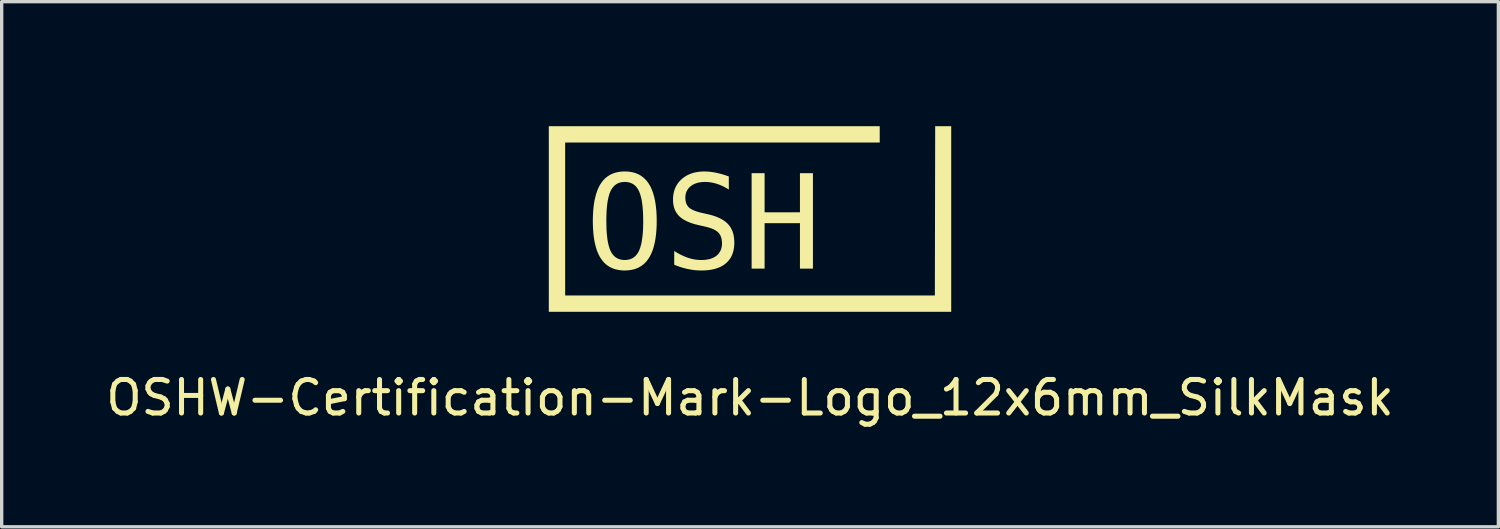
<source format=kicad_pcb>
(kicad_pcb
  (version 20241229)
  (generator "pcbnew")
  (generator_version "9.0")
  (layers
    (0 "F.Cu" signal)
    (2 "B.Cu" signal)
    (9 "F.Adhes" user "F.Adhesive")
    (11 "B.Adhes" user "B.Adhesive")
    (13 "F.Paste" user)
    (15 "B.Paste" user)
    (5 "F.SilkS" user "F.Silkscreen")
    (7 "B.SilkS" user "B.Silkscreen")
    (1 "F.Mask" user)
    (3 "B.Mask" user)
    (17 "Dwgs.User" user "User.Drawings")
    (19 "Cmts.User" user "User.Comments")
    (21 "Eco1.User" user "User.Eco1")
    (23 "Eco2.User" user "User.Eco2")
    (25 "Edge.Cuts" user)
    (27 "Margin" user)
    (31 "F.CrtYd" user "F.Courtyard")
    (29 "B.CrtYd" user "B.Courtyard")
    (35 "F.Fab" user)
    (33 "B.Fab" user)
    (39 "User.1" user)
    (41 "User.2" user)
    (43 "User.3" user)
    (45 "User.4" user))
  (footprint "OSHW-Certification-Mark-Logo_12x6mm_SilkMask"
    (layer "F.Cu")
    (at 19.315 3.111)
    (property "Reference" "OSHW-Certification-Mark-Logo_12x6mm_SilkMask" (at 0 5.7 0) (unlocked yes) (layer "F.SilkS") (effects (font (size 1 1) (thickness 0.15))))
    (attr board_only exclude_from_pos_files exclude_from_bom allow_missing_courtyard)
    (fp_poly (pts (xy 4.061 1.849) (xy 3.696 1.849) (xy 3.31 0.158) (xy 2.925 1.849) (xy 2.56 1.849) (xy 2.135 -0.997) (xy 2.511 -0.997) (xy 2.783 1.313) (xy 3.108 -0.215) (xy 3.51 -0.215) (xy 3.838 1.317) (xy 4.761 -3.111) (xy 5.136 -3.111)) (stroke (width 0) (type solid)) (fill yes) (layer "F.Mask"))
    (fp_poly (pts (xy -2.783 0.429) (xy -2.783 0.429) (xy -2.783 0.429)) (stroke (width 0) (type solid)) (fill yes) (layer "F.SilkS"))
    (fp_poly (pts (xy 6 3.137) (xy -6 3.137) (xy -6 -2.398) (xy -6 -2.398) (xy 3.868 -2.398) (xy 3.868 -1.91) (xy -5.512 -1.91) (xy -5.512 2.649) (xy 5.512 2.649) (xy 5.522 -2.398) (xy 6 -2.398)) (stroke (width 0) (type solid)) (fill yes) (layer "F.SilkS"))
    (fp_poly (pts (xy 0.435 0.17) (xy 1.489 0.17) (xy 1.489 -0.997) (xy 1.876 -0.997) (xy 1.876 1.849) (xy 1.489 1.849) (xy 1.489 0.494) (xy 0.435 0.494) (xy 0.435 1.849) (xy 0.048 1.849) (xy 0.048 -0.997) (xy 0.435 -0.997)) (stroke (width 0) (type solid)) (fill yes) (layer "F.SilkS"))
    (fp_poly (pts (xy -3.676 -1.047) (xy -3.619 -1.042) (xy -3.563 -1.035) (xy -3.51 -1.025) (xy -3.458 -1.012) (xy -3.409 -0.997) (xy -3.361 -0.978) (xy -3.315 -0.957) (xy -3.271 -0.932) (xy -3.23 -0.905) (xy -3.19 -0.875) (xy -3.152 -0.842) (xy -3.116 -0.807) (xy -3.081 -0.768) (xy -3.049 -0.727) (xy -3.019 -0.682) (xy -2.99 -0.635) (xy -2.963 -0.585) (xy -2.939 -0.532) (xy -2.915 -0.476) (xy -2.894 -0.416) (xy -2.875 -0.354) (xy -2.857 -0.289) (xy -2.842 -0.221) (xy -2.828 -0.151) (xy -2.816 -0.077) (xy -2.806 0.0002) (xy -2.797 0.08) (xy -2.791 0.163) (xy -2.786 0.249) (xy -2.783 0.337) (xy -2.783 0.429) (xy -2.783 0.52) (xy -2.786 0.609) (xy -2.791 0.694) (xy -2.797 0.777) (xy -2.806 0.857) (xy -2.816 0.933) (xy -2.828 1.007) (xy -2.842 1.078) (xy -2.857 1.146) (xy -2.875 1.211) (xy -2.894 1.273) (xy -2.915 1.332) (xy -2.939 1.388) (xy -2.963 1.441) (xy -2.99 1.491) (xy -3.019 1.538) (xy -3.034 1.561) (xy -3.049 1.583) (xy -3.065 1.604) (xy -3.081 1.624) (xy -3.098 1.644) (xy -3.116 1.663) (xy -3.133 1.681) (xy -3.152 1.698) (xy -3.17 1.715) (xy -3.19 1.731) (xy -3.209 1.747) (xy -3.23 1.761) (xy -3.25 1.775) (xy -3.271 1.788) (xy -3.293 1.801) (xy -3.315 1.813) (xy -3.338 1.824) (xy -3.361 1.834) (xy -3.385 1.844) (xy -3.409 1.853) (xy -3.433 1.861) (xy -3.458 1.868) (xy -3.484 1.875) (xy -3.51 1.881) (xy -3.536 1.887) (xy -3.563 1.891) (xy -3.619 1.898) (xy -3.676 1.903) (xy -3.736 1.904) (xy -3.795 1.903) (xy -3.852 1.899) (xy -3.908 1.891) (xy -3.961 1.881) (xy -4.013 1.869) (xy -4.062 1.853) (xy -4.11 1.835) (xy -4.156 1.813) (xy -4.2 1.789) (xy -4.242 1.762) (xy -4.282 1.732) (xy -4.32 1.699) (xy -4.356 1.664) (xy -4.39 1.625) (xy -4.422 1.584) (xy -4.452 1.54) (xy -4.481 1.493) (xy -4.507 1.443) (xy -4.532 1.39) (xy -4.555 1.334) (xy -4.576 1.275) (xy -4.595 1.213) (xy -4.612 1.148) (xy -4.628 1.08) (xy -4.642 1.009) (xy -4.654 0.935) (xy -4.664 0.858) (xy -4.672 0.779) (xy -4.678 0.696) (xy -4.683 0.61) (xy -4.686 0.521) (xy -4.687 0.429) (xy -4.284 0.429) (xy -4.282 0.58) (xy -4.277 0.719) (xy -4.267 0.848) (xy -4.253 0.965) (xy -4.244 1.019) (xy -4.235 1.071) (xy -4.224 1.12) (xy -4.213 1.166) (xy -4.2 1.21) (xy -4.187 1.25) (xy -4.172 1.288) (xy -4.157 1.323) (xy -4.14 1.355) (xy -4.131 1.371) (xy -4.122 1.386) (xy -4.112 1.4) (xy -4.102 1.414) (xy -4.092 1.428) (xy -4.082 1.44) (xy -4.071 1.453) (xy -4.06 1.465) (xy -4.049 1.476) (xy -4.037 1.487) (xy -4.025 1.497) (xy -4.012 1.507) (xy -4 1.516) (xy -3.987 1.524) (xy -3.973 1.533) (xy -3.96 1.54) (xy -3.946 1.547) (xy -3.931 1.554) (xy -3.917 1.56) (xy -3.902 1.565) (xy -3.887 1.57) (xy -3.871 1.575) (xy -3.855 1.579) (xy -3.839 1.582) (xy -3.823 1.585) (xy -3.806 1.587) (xy -3.789 1.589) (xy -3.771 1.591) (xy -3.736 1.592) (xy -3.7 1.591) (xy -3.665 1.587) (xy -3.631 1.582) (xy -3.599 1.575) (xy -3.568 1.566) (xy -3.539 1.554) (xy -3.51 1.541) (xy -3.483 1.525) (xy -3.458 1.507) (xy -3.433 1.487) (xy -3.41 1.465) (xy -3.389 1.441) (xy -3.368 1.415) (xy -3.349 1.387) (xy -3.331 1.357) (xy -3.314 1.325) (xy -3.299 1.29) (xy -3.284 1.252) (xy -3.27 1.211) (xy -3.258 1.168) (xy -3.246 1.122) (xy -3.235 1.073) (xy -3.226 1.021) (xy -3.217 0.966) (xy -3.21 0.909) (xy -3.203 0.849) (xy -3.197 0.786) (xy -3.193 0.72) (xy -3.189 0.651) (xy -3.187 0.58) (xy -3.185 0.506) (xy -3.185 0.429) (xy -3.187 0.278) (xy -3.193 0.138) (xy -3.203 0.009) (xy -3.217 -0.109) (xy -3.226 -0.163) (xy -3.235 -0.215) (xy -3.246 -0.264) (xy -3.258 -0.31) (xy -3.27 -0.354) (xy -3.284 -0.394) (xy -3.299 -0.432) (xy -3.314 -0.467) (xy -3.331 -0.499) (xy -3.34 -0.515) (xy -3.349 -0.53) (xy -3.358 -0.544) (xy -3.368 -0.558) (xy -3.378 -0.572) (xy -3.389 -0.584) (xy -3.399 -0.597) (xy -3.41 -0.609) (xy -3.422 -0.62) (xy -3.433 -0.631) (xy -3.445 -0.641) (xy -3.458 -0.651) (xy -3.47 -0.66) (xy -3.483 -0.668) (xy -3.497 -0.677) (xy -3.51 -0.684) (xy -3.524 -0.691) (xy -3.539 -0.698) (xy -3.553 -0.704) (xy -3.568 -0.709) (xy -3.584 -0.714) (xy -3.599 -0.719) (xy -3.615 -0.723) (xy -3.631 -0.726) (xy -3.648 -0.729) (xy -3.665 -0.731) (xy -3.682 -0.733) (xy -3.7 -0.735) (xy -3.736 -0.736) (xy -3.771 -0.735) (xy -3.806 -0.731) (xy -3.839 -0.726) (xy -3.871 -0.719) (xy -3.902 -0.709) (xy -3.931 -0.698) (xy -3.96 -0.684) (xy -3.987 -0.668) (xy -4.012 -0.651) (xy -4.037 -0.631) (xy -4.06 -0.609) (xy -4.082 -0.584) (xy -4.102 -0.558) (xy -4.122 -0.53) (xy -4.14 -0.499) (xy -4.157 -0.467) (xy -4.172 -0.432) (xy -4.187 -0.394) (xy -4.2 -0.354) (xy -4.213 -0.31) (xy -4.224 -0.264) (xy -4.235 -0.215) (xy -4.244 -0.163) (xy -4.253 -0.109) (xy -4.26 -0.051) (xy -4.267 0.009) (xy -4.272 0.072) (xy -4.277 0.138) (xy -4.28 0.206) (xy -4.282 0.278) (xy -4.284 0.352) (xy -4.284 0.429) (xy -4.687 0.429) (xy -4.686 0.337) (xy -4.683 0.249) (xy -4.678 0.163) (xy -4.672 0.08) (xy -4.664 0.0002) (xy -4.654 -0.077) (xy -4.642 -0.151) (xy -4.628 -0.221) (xy -4.612 -0.289) (xy -4.595 -0.354) (xy -4.576 -0.416) (xy -4.555 -0.476) (xy -4.532 -0.532) (xy -4.507 -0.585) (xy -4.481 -0.635) (xy -4.452 -0.682) (xy -4.437 -0.705) (xy -4.422 -0.727) (xy -4.406 -0.748) (xy -4.389 -0.768) (xy -4.372 -0.788) (xy -4.355 -0.807) (xy -4.337 -0.825) (xy -4.319 -0.842) (xy -4.3 -0.859) (xy -4.281 -0.875) (xy -4.261 -0.891) (xy -4.241 -0.905) (xy -4.22 -0.919) (xy -4.199 -0.932) (xy -4.177 -0.945) (xy -4.155 -0.957) (xy -4.132 -0.968) (xy -4.109 -0.978) (xy -4.086 -0.988) (xy -4.061 -0.997) (xy -4.037 -1.005) (xy -4.012 -1.012) (xy -3.986 -1.019) (xy -3.96 -1.025) (xy -3.907 -1.035) (xy -3.852 -1.042) (xy -3.795 -1.047) (xy -3.736 -1.048)) (stroke (width 0) (type solid)) (fill yes) (layer "F.SilkS"))
    (fp_poly (pts (xy -1.317 -1.047) (xy -1.275 -1.045) (xy -1.233 -1.042) (xy -1.19 -1.038) (xy -1.147 -1.033) (xy -1.103 -1.026) (xy -1.058 -1.019) (xy -1.013 -1.01) (xy -0.968 -1) (xy -0.921 -0.989) (xy -0.875 -0.977) (xy -0.827 -0.964) (xy -0.779 -0.949) (xy -0.731 -0.934) (xy -0.682 -0.917) (xy -0.632 -0.899) (xy -0.632 -0.508) (xy -0.676 -0.536) (xy -0.72 -0.561) (xy -0.764 -0.585) (xy -0.808 -0.607) (xy -0.852 -0.627) (xy -0.896 -0.646) (xy -0.94 -0.663) (xy -0.985 -0.678) (xy -1.028 -0.691) (xy -1.073 -0.703) (xy -1.117 -0.713) (xy -1.161 -0.721) (xy -1.205 -0.727) (xy -1.25 -0.732) (xy -1.294 -0.734) (xy -1.339 -0.735) (xy -1.373 -0.735) (xy -1.405 -0.733) (xy -1.437 -0.731) (xy -1.468 -0.727) (xy -1.498 -0.723) (xy -1.527 -0.717) (xy -1.556 -0.711) (xy -1.583 -0.703) (xy -1.61 -0.695) (xy -1.635 -0.685) (xy -1.66 -0.675) (xy -1.684 -0.663) (xy -1.707 -0.651) (xy -1.729 -0.637) (xy -1.75 -0.623) (xy -1.77 -0.607) (xy -1.789 -0.591) (xy -1.807 -0.575) (xy -1.824 -0.557) (xy -1.839 -0.539) (xy -1.853 -0.52) (xy -1.866 -0.5) (xy -1.878 -0.48) (xy -1.889 -0.459) (xy -1.898 -0.438) (xy -1.906 -0.415) (xy -1.913 -0.392) (xy -1.918 -0.368) (xy -1.923 -0.344) (xy -1.926 -0.319) (xy -1.927 -0.293) (xy -1.928 -0.266) (xy -1.928 -0.243) (xy -1.926 -0.22) (xy -1.924 -0.199) (xy -1.922 -0.178) (xy -1.918 -0.157) (xy -1.914 -0.137) (xy -1.908 -0.118) (xy -1.902 -0.1) (xy -1.896 -0.082) (xy -1.888 -0.065) (xy -1.879 -0.049) (xy -1.87 -0.034) (xy -1.86 -0.019) (xy -1.849 -0.005) (xy -1.838 0.009) (xy -1.825 0.022) (xy -1.811 0.034) (xy -1.796 0.046) (xy -1.78 0.058) (xy -1.762 0.069) (xy -1.742 0.08) (xy -1.721 0.091) (xy -1.699 0.102) (xy -1.676 0.113) (xy -1.651 0.123) (xy -1.624 0.133) (xy -1.596 0.143) (xy -1.567 0.152) (xy -1.537 0.161) (xy -1.505 0.17) (xy -1.471 0.179) (xy -1.436 0.187) (xy -1.234 0.233) (xy -1.185 0.245) (xy -1.138 0.258) (xy -1.092 0.272) (xy -1.048 0.286) (xy -1.005 0.302) (xy -0.965 0.318) (xy -0.926 0.335) (xy -0.888 0.353) (xy -0.853 0.372) (xy -0.819 0.392) (xy -0.787 0.412) (xy -0.756 0.433) (xy -0.727 0.455) (xy -0.7 0.478) (xy -0.675 0.502) (xy -0.651 0.527) (xy -0.629 0.552) (xy -0.608 0.579) (xy -0.589 0.607) (xy -0.571 0.636) (xy -0.555 0.666) (xy -0.54 0.697) (xy -0.526 0.729) (xy -0.514 0.763) (xy -0.503 0.798) (xy -0.494 0.833) (xy -0.486 0.87) (xy -0.48 0.908) (xy -0.475 0.947) (xy -0.471 0.988) (xy -0.469 1.029) (xy -0.468 1.072) (xy -0.469 1.122) (xy -0.472 1.17) (xy -0.477 1.217) (xy -0.484 1.263) (xy -0.493 1.307) (xy -0.503 1.349) (xy -0.516 1.39) (xy -0.531 1.43) (xy -0.548 1.468) (xy -0.566 1.504) (xy -0.587 1.539) (xy -0.61 1.572) (xy -0.634 1.604) (xy -0.661 1.635) (xy -0.689 1.664) (xy -0.72 1.691) (xy -0.752 1.717) (xy -0.786 1.741) (xy -0.822 1.764) (xy -0.86 1.785) (xy -0.899 1.804) (xy -0.941 1.821) (xy -0.984 1.837) (xy -1.028 1.851) (xy -1.075 1.864) (xy -1.124 1.875) (xy -1.174 1.884) (xy -1.226 1.891) (xy -1.28 1.897) (xy -1.335 1.901) (xy -1.392 1.904) (xy -1.452 1.905) (xy -1.502 1.904) (xy -1.552 1.902) (xy -1.602 1.899) (xy -1.652 1.894) (xy -1.702 1.888) (xy -1.753 1.88) (xy -1.803 1.871) (xy -1.854 1.861) (xy -1.904 1.85) (xy -1.955 1.837) (xy -2.006 1.823) (xy -2.056 1.808) (xy -2.107 1.791) (xy -2.158 1.773) (xy -2.209 1.754) (xy -2.26 1.733) (xy -2.26 1.323) (xy -2.205 1.357) (xy -2.152 1.388) (xy -2.099 1.417) (xy -2.047 1.444) (xy -1.995 1.468) (xy -1.945 1.49) (xy -1.895 1.51) (xy -1.846 1.527) (xy -1.797 1.542) (xy -1.748 1.556) (xy -1.699 1.567) (xy -1.649 1.576) (xy -1.6 1.583) (xy -1.551 1.588) (xy -1.501 1.591) (xy -1.452 1.592) (xy -1.416 1.592) (xy -1.381 1.59) (xy -1.347 1.588) (xy -1.314 1.584) (xy -1.282 1.579) (xy -1.251 1.574) (xy -1.221 1.567) (xy -1.192 1.56) (xy -1.165 1.551) (xy -1.138 1.541) (xy -1.112 1.531) (xy -1.087 1.519) (xy -1.063 1.507) (xy -1.04 1.493) (xy -1.019 1.478) (xy -0.998 1.462) (xy -0.978 1.446) (xy -0.96 1.428) (xy -0.943 1.41) (xy -0.927 1.39) (xy -0.913 1.37) (xy -0.899 1.349) (xy -0.887 1.328) (xy -0.876 1.305) (xy -0.867 1.282) (xy -0.859 1.258) (xy -0.852 1.233) (xy -0.846 1.207) (xy -0.842 1.181) (xy -0.838 1.154) (xy -0.837 1.125) (xy -0.836 1.097) (xy -0.836 1.07) (xy -0.838 1.045) (xy -0.84 1.02) (xy -0.843 0.996) (xy -0.847 0.973) (xy -0.852 0.951) (xy -0.857 0.929) (xy -0.864 0.908) (xy -0.872 0.888) (xy -0.88 0.869) (xy -0.889 0.851) (xy -0.899 0.833) (xy -0.91 0.816) (xy -0.922 0.8) (xy -0.935 0.785) (xy -0.948 0.771) (xy -0.963 0.757) (xy -0.979 0.743) (xy -0.996 0.73) (xy -1.014 0.718) (xy -1.034 0.705) (xy -1.055 0.694) (xy -1.077 0.682) (xy -1.1 0.671) (xy -1.125 0.66) (xy -1.151 0.65) (xy -1.179 0.64) (xy -1.207 0.631) (xy -1.238 0.622) (xy -1.269 0.613) (xy -1.301 0.605) (xy -1.335 0.597) (xy -1.541 0.55) (xy -1.59 0.538) (xy -1.637 0.526) (xy -1.682 0.513) (xy -1.726 0.499) (xy -1.768 0.485) (xy -1.808 0.469) (xy -1.846 0.454) (xy -1.883 0.437) (xy -1.918 0.42) (xy -1.952 0.402) (xy -1.984 0.383) (xy -2.014 0.364) (xy -2.042 0.344) (xy -2.069 0.323) (xy -2.094 0.301) (xy -2.117 0.279) (xy -2.138 0.256) (xy -2.159 0.232) (xy -2.178 0.207) (xy -2.195 0.181) (xy -2.211 0.154) (xy -2.226 0.126) (xy -2.239 0.097) (xy -2.251 0.067) (xy -2.262 0.036) (xy -2.271 0.004) (xy -2.278 -0.029) (xy -2.285 -0.062) (xy -2.29 -0.097) (xy -2.293 -0.133) (xy -2.295 -0.17) (xy -2.296 -0.207) (xy -2.295 -0.254) (xy -2.292 -0.3) (xy -2.287 -0.345) (xy -2.28 -0.388) (xy -2.271 -0.431) (xy -2.26 -0.472) (xy -2.247 -0.512) (xy -2.232 -0.55) (xy -2.215 -0.588) (xy -2.196 -0.624) (xy -2.175 -0.659) (xy -2.152 -0.693) (xy -2.127 -0.726) (xy -2.1 -0.758) (xy -2.071 -0.788) (xy -2.041 -0.817) (xy -2.008 -0.845) (xy -1.974 -0.871) (xy -1.938 -0.895) (xy -1.901 -0.918) (xy -1.863 -0.939) (xy -1.824 -0.958) (xy -1.783 -0.975) (xy -1.741 -0.99) (xy -1.698 -1.004) (xy -1.653 -1.015) (xy -1.607 -1.025) (xy -1.56 -1.033) (xy -1.512 -1.04) (xy -1.462 -1.044) (xy -1.411 -1.047) (xy -1.358 -1.048)) (stroke (width 0) (type solid)) (fill yes) (layer "F.SilkS")))
  (gr_rect
    (start -3 -3)
    (end 41.631 12.659)
    (stroke (width 0.1) (type default))
    (fill no)
    (layer "Edge.Cuts")))
</source>
